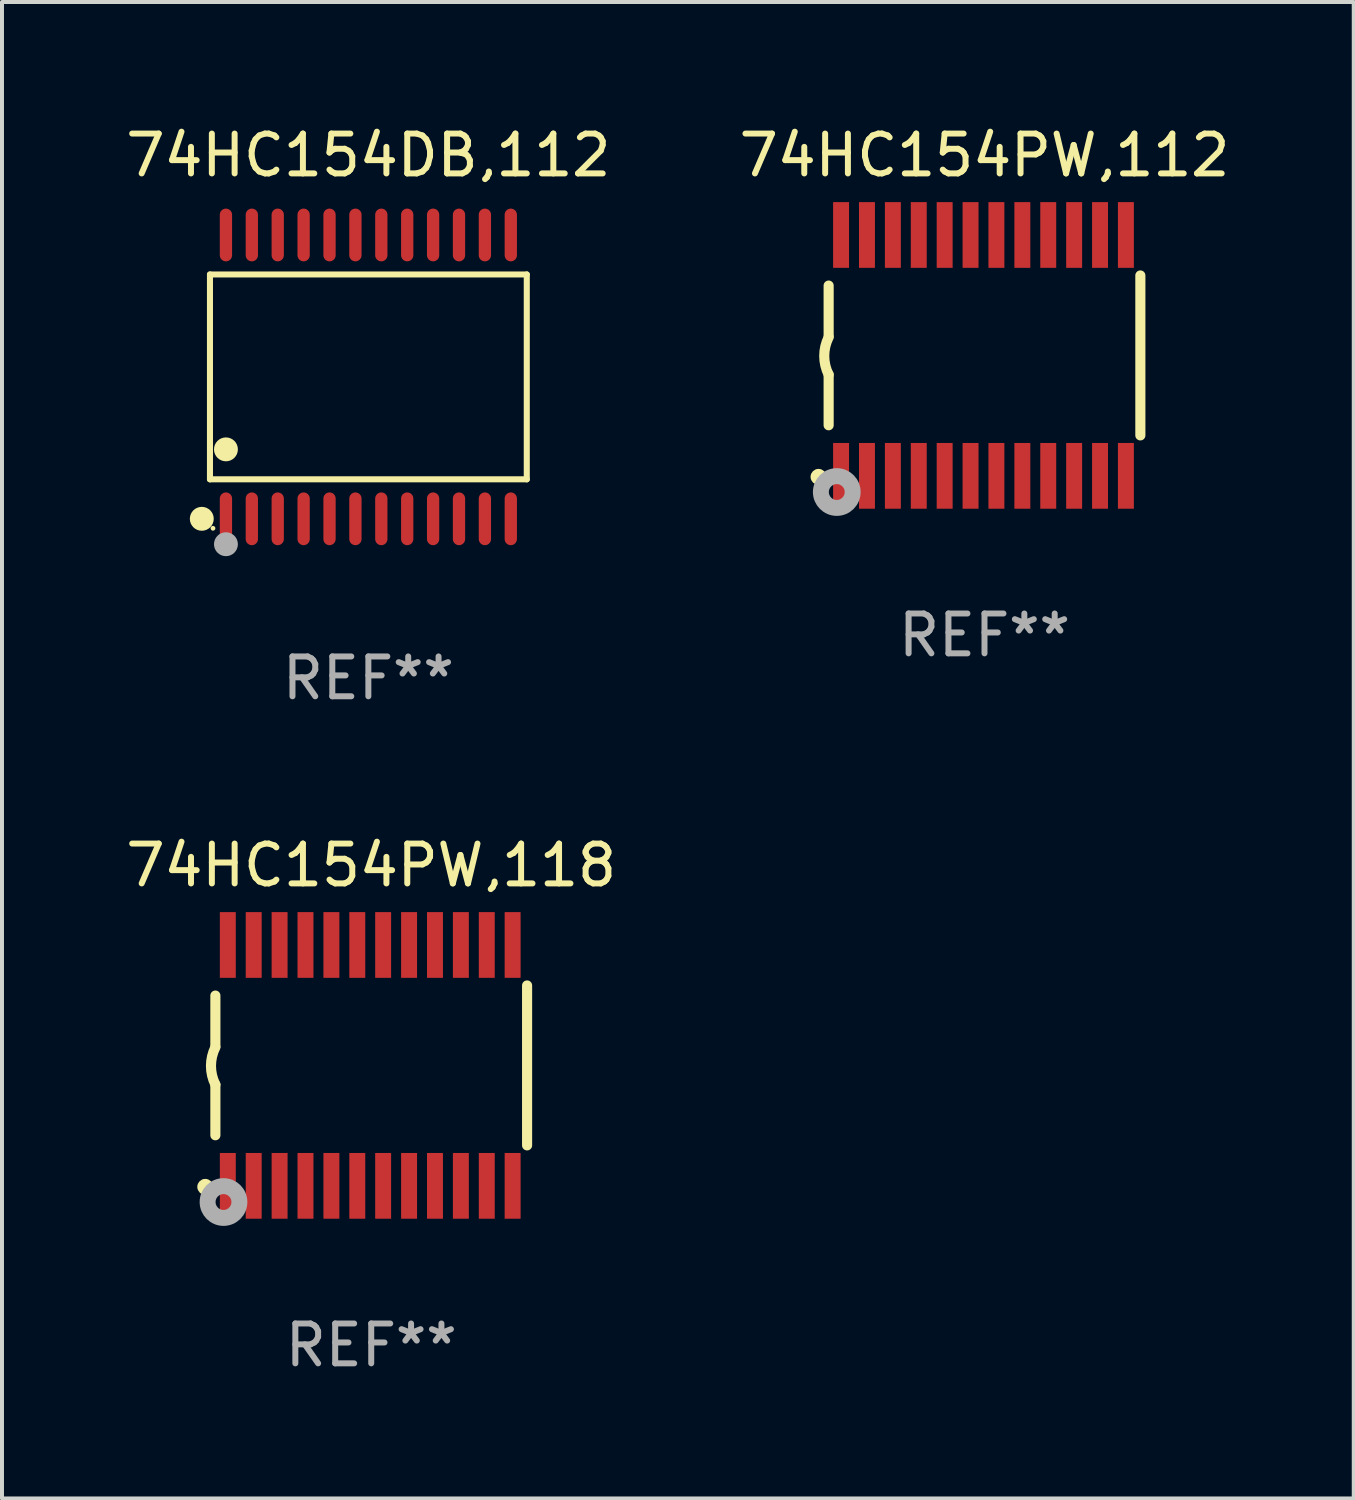
<source format=kicad_pcb>
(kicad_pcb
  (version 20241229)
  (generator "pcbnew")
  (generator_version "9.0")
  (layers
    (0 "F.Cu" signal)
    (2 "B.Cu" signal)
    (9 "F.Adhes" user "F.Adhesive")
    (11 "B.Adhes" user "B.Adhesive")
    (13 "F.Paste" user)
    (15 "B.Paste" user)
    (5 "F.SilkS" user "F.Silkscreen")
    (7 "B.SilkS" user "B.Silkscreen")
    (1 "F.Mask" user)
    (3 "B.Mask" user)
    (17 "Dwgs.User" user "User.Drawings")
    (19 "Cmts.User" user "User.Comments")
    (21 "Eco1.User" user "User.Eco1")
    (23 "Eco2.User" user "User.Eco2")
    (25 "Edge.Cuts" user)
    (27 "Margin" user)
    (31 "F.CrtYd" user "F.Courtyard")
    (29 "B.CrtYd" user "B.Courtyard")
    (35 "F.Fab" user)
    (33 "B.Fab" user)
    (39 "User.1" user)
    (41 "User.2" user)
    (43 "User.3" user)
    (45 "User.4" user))
  (footprint "74HC154DB,112"
    (layer "F.Cu")
    (at 6.196 6.41)
    (property "Reference" "74HC154DB,112" (at 0 -5.562 0) (layer "F.SilkS") (effects (font (size 1 1) (thickness 0.15))))
    (attr through_hole)
    (fp_line (start -3.976 -2.571) (end 3.976 -2.571) (stroke (width 0.152) (type solid)) (layer "F.SilkS"))
    (fp_line (start -3.976 2.571) (end -3.976 -2.571) (stroke (width 0.152) (type solid)) (layer "F.SilkS"))
    (fp_line (start 3.976 -2.571) (end 3.976 2.571) (stroke (width 0.152) (type solid)) (layer "F.SilkS"))
    (fp_line (start 3.976 2.571) (end -3.976 2.571) (stroke (width 0.152) (type solid)) (layer "F.SilkS"))
    (fp_circle (center -4.181 3.562) (end -4.031 3.562) (stroke (width 0.3) (type solid)) (fill no) (layer "F.SilkS"))
    (fp_circle (center -3.9 3.8) (end -3.87 3.8) (stroke (width 0.06) (type solid)) (fill no) (layer "F.SilkS"))
    (fp_circle (center -3.575 1.819) (end -3.425 1.819) (stroke (width 0.3) (type solid)) (fill no) (layer "F.SilkS"))
    (fp_circle (center -3.575 4.2) (end -3.425 4.2) (stroke (width 0.3) (type solid)) (fill no) (layer "F.Fab"))
    (fp_text user "REF**" (at 0 7.562 0) (layer "F.Fab") (effects (font (size 1 1) (thickness 0.15))))
    (pad "1" smd oval (at -3.575 3.562) (size 0.308 1.324) (layers "F.Cu" "F.Mask" "F.Paste"))
    (pad "2" smd oval (at -2.925 3.562) (size 0.308 1.324) (layers "F.Cu" "F.Mask" "F.Paste"))
    (pad "3" smd oval (at -2.275 3.562) (size 0.308 1.324) (layers "F.Cu" "F.Mask" "F.Paste"))
    (pad "4" smd oval (at -1.625 3.562) (size 0.308 1.324) (layers "F.Cu" "F.Mask" "F.Paste"))
    (pad "5" smd oval (at -0.975 3.562) (size 0.308 1.324) (layers "F.Cu" "F.Mask" "F.Paste"))
    (pad "6" smd oval (at -0.325 3.562) (size 0.308 1.324) (layers "F.Cu" "F.Mask" "F.Paste"))
    (pad "7" smd oval (at 0.325 3.562) (size 0.308 1.324) (layers "F.Cu" "F.Mask" "F.Paste"))
    (pad "8" smd oval (at 0.975 3.562) (size 0.308 1.324) (layers "F.Cu" "F.Mask" "F.Paste"))
    (pad "9" smd oval (at 1.625 3.562) (size 0.308 1.324) (layers "F.Cu" "F.Mask" "F.Paste"))
    (pad "10" smd oval (at 2.275 3.562) (size 0.308 1.324) (layers "F.Cu" "F.Mask" "F.Paste"))
    (pad "11" smd oval (at 2.925 3.562) (size 0.308 1.324) (layers "F.Cu" "F.Mask" "F.Paste"))
    (pad "12" smd oval (at 3.575 3.562) (size 0.308 1.324) (layers "F.Cu" "F.Mask" "F.Paste"))
    (pad "13" smd oval (at 3.575 -3.562) (size 0.308 1.324) (layers "F.Cu" "F.Mask" "F.Paste"))
    (pad "14" smd oval (at 2.925 -3.562) (size 0.308 1.324) (layers "F.Cu" "F.Mask" "F.Paste"))
    (pad "15" smd oval (at 2.275 -3.562) (size 0.308 1.324) (layers "F.Cu" "F.Mask" "F.Paste"))
    (pad "16" smd oval (at 1.625 -3.562) (size 0.308 1.324) (layers "F.Cu" "F.Mask" "F.Paste"))
    (pad "17" smd oval (at 0.975 -3.562) (size 0.308 1.324) (layers "F.Cu" "F.Mask" "F.Paste"))
    (pad "18" smd oval (at 0.325 -3.562) (size 0.308 1.324) (layers "F.Cu" "F.Mask" "F.Paste"))
    (pad "19" smd oval (at -0.325 -3.562) (size 0.308 1.324) (layers "F.Cu" "F.Mask" "F.Paste"))
    (pad "20" smd oval (at -0.975 -3.562) (size 0.308 1.324) (layers "F.Cu" "F.Mask" "F.Paste"))
    (pad "21" smd oval (at -1.625 -3.562) (size 0.308 1.324) (layers "F.Cu" "F.Mask" "F.Paste"))
    (pad "22" smd oval (at -2.275 -3.562) (size 0.308 1.324) (layers "F.Cu" "F.Mask" "F.Paste"))
    (pad "23" smd oval (at -2.925 -3.562) (size 0.308 1.324) (layers "F.Cu" "F.Mask" "F.Paste"))
    (pad "24" smd oval (at -3.575 -3.562) (size 0.308 1.324) (layers "F.Cu" "F.Mask" "F.Paste")))
  (footprint "74HC154PW,118"
    (layer "F.Cu")
    (at 6.268 23.692)
    (property "Reference" "74HC154PW,118" (at 0 -5.023 0) (layer "F.SilkS") (effects (font (size 1 1) (thickness 0.15))))
    (attr through_hole)
    (fp_line (start -3.912 -0.483) (end -3.912 -1.753) (stroke (width 0.254) (type solid)) (layer "F.SilkS"))
    (fp_line (start -3.912 1.753) (end -3.912 0.483) (stroke (width 0.254) (type solid)) (layer "F.SilkS"))
    (fp_line (start 3.912 -2.007) (end 3.912 2.007) (stroke (width 0.254) (type solid)) (layer "F.SilkS"))
    (fp_arc (start -3.911608 0.482601) (mid -4.022537 0.0127) (end -3.911608 -0.457201) (stroke (width 0.254001) (type solid)) (layer "F.SilkS"))
    (fp_circle (center -4.166 3.048) (end -4.066 3.048) (stroke (width 0.2) (type solid)) (fill no) (layer "F.SilkS"))
    (fp_circle (center -3.925 3.186) (end -3.895 3.186) (stroke (width 0.06) (type solid)) (fill no) (layer "F.SilkS"))
    (fp_circle (center -3.708 3.429) (end -3.509 3.429) (stroke (width 0.4) (type solid)) (fill no) (layer "F.Fab"))
    (fp_text user "REF**" (at 0 7.023 0) (layer "F.Fab") (effects (font (size 1 1) (thickness 0.15))))
    (pad "1" smd rect (at -3.6 3.023) (size 0.4 1.65) (layers "F.Cu" "F.Mask" "F.Paste"))
    (pad "2" smd rect (at -2.95 3.023) (size 0.4 1.65) (layers "F.Cu" "F.Mask" "F.Paste"))
    (pad "3" smd rect (at -2.3 3.023) (size 0.4 1.65) (layers "F.Cu" "F.Mask" "F.Paste"))
    (pad "4" smd rect (at -1.65 3.023) (size 0.4 1.65) (layers "F.Cu" "F.Mask" "F.Paste"))
    (pad "5" smd rect (at -1 3.023) (size 0.4 1.65) (layers "F.Cu" "F.Mask" "F.Paste"))
    (pad "6" smd rect (at -0.35 3.023) (size 0.4 1.65) (layers "F.Cu" "F.Mask" "F.Paste"))
    (pad "7" smd rect (at 0.299 3.023) (size 0.4 1.65) (layers "F.Cu" "F.Mask" "F.Paste"))
    (pad "8" smd rect (at 0.95 3.023) (size 0.4 1.65) (layers "F.Cu" "F.Mask" "F.Paste"))
    (pad "9" smd rect (at 1.6 3.023) (size 0.4 1.65) (layers "F.Cu" "F.Mask" "F.Paste"))
    (pad "10" smd rect (at 2.25 3.023) (size 0.4 1.65) (layers "F.Cu" "F.Mask" "F.Paste"))
    (pad "11" smd rect (at 2.9 3.023) (size 0.4 1.65) (layers "F.Cu" "F.Mask" "F.Paste"))
    (pad "12" smd rect (at 3.549 3.023) (size 0.4 1.65) (layers "F.Cu" "F.Mask" "F.Paste"))
    (pad "13" smd rect (at 3.549 -3.023) (size 0.4 1.65) (layers "F.Cu" "F.Mask" "F.Paste"))
    (pad "14" smd rect (at 2.9 -3.023) (size 0.4 1.65) (layers "F.Cu" "F.Mask" "F.Paste"))
    (pad "15" smd rect (at 2.25 -3.023) (size 0.4 1.65) (layers "F.Cu" "F.Mask" "F.Paste"))
    (pad "16" smd rect (at 1.6 -3.023) (size 0.4 1.65) (layers "F.Cu" "F.Mask" "F.Paste"))
    (pad "17" smd rect (at 0.95 -3.023) (size 0.4 1.65) (layers "F.Cu" "F.Mask" "F.Paste"))
    (pad "18" smd rect (at 0.299 -3.023) (size 0.4 1.65) (layers "F.Cu" "F.Mask" "F.Paste"))
    (pad "19" smd rect (at -0.35 -3.023) (size 0.4 1.65) (layers "F.Cu" "F.Mask" "F.Paste"))
    (pad "20" smd rect (at -1 -3.023) (size 0.4 1.65) (layers "F.Cu" "F.Mask" "F.Paste"))
    (pad "21" smd rect (at -1.65 -3.023) (size 0.4 1.65) (layers "F.Cu" "F.Mask" "F.Paste"))
    (pad "22" smd rect (at -2.3 -3.023) (size 0.4 1.65) (layers "F.Cu" "F.Mask" "F.Paste"))
    (pad "23" smd rect (at -2.95 -3.023) (size 0.4 1.65) (layers "F.Cu" "F.Mask" "F.Paste"))
    (pad "24" smd rect (at -3.6 -3.023) (size 0.4 1.65) (layers "F.Cu" "F.Mask" "F.Paste")))
  (footprint "74HC154PW,112"
    (layer "F.Cu")
    (at 21.661 5.871)
    (property "Reference" "74HC154PW,112" (at 0 -5.023 0) (layer "F.SilkS") (effects (font (size 1 1) (thickness 0.15))))
    (attr through_hole)
    (fp_line (start -3.912 -0.483) (end -3.912 -1.753) (stroke (width 0.254) (type solid)) (layer "F.SilkS"))
    (fp_line (start -3.912 1.753) (end -3.912 0.483) (stroke (width 0.254) (type solid)) (layer "F.SilkS"))
    (fp_line (start 3.912 -2.007) (end 3.912 2.007) (stroke (width 0.254) (type solid)) (layer "F.SilkS"))
    (fp_arc (start -3.911608 0.482601) (mid -4.022537 0.0127) (end -3.911608 -0.457201) (stroke (width 0.254001) (type solid)) (layer "F.SilkS"))
    (fp_circle (center -4.166 3.048) (end -4.066 3.048) (stroke (width 0.2) (type solid)) (fill no) (layer "F.SilkS"))
    (fp_circle (center -3.925 3.186) (end -3.895 3.186) (stroke (width 0.06) (type solid)) (fill no) (layer "F.SilkS"))
    (fp_circle (center -3.708 3.429) (end -3.509 3.429) (stroke (width 0.4) (type solid)) (fill no) (layer "F.Fab"))
    (fp_text user "REF**" (at 0 7.023 0) (layer "F.Fab") (effects (font (size 1 1) (thickness 0.15))))
    (pad "1" smd rect (at -3.6 3.023) (size 0.4 1.65) (layers "F.Cu" "F.Mask" "F.Paste"))
    (pad "2" smd rect (at -2.95 3.023) (size 0.4 1.65) (layers "F.Cu" "F.Mask" "F.Paste"))
    (pad "3" smd rect (at -2.3 3.023) (size 0.4 1.65) (layers "F.Cu" "F.Mask" "F.Paste"))
    (pad "4" smd rect (at -1.65 3.023) (size 0.4 1.65) (layers "F.Cu" "F.Mask" "F.Paste"))
    (pad "5" smd rect (at -1 3.023) (size 0.4 1.65) (layers "F.Cu" "F.Mask" "F.Paste"))
    (pad "6" smd rect (at -0.35 3.023) (size 0.4 1.65) (layers "F.Cu" "F.Mask" "F.Paste"))
    (pad "7" smd rect (at 0.299 3.023) (size 0.4 1.65) (layers "F.Cu" "F.Mask" "F.Paste"))
    (pad "8" smd rect (at 0.95 3.023) (size 0.4 1.65) (layers "F.Cu" "F.Mask" "F.Paste"))
    (pad "9" smd rect (at 1.6 3.023) (size 0.4 1.65) (layers "F.Cu" "F.Mask" "F.Paste"))
    (pad "10" smd rect (at 2.25 3.023) (size 0.4 1.65) (layers "F.Cu" "F.Mask" "F.Paste"))
    (pad "11" smd rect (at 2.9 3.023) (size 0.4 1.65) (layers "F.Cu" "F.Mask" "F.Paste"))
    (pad "12" smd rect (at 3.549 3.023) (size 0.4 1.65) (layers "F.Cu" "F.Mask" "F.Paste"))
    (pad "13" smd rect (at 3.549 -3.023) (size 0.4 1.65) (layers "F.Cu" "F.Mask" "F.Paste"))
    (pad "14" smd rect (at 2.9 -3.023) (size 0.4 1.65) (layers "F.Cu" "F.Mask" "F.Paste"))
    (pad "15" smd rect (at 2.25 -3.023) (size 0.4 1.65) (layers "F.Cu" "F.Mask" "F.Paste"))
    (pad "16" smd rect (at 1.6 -3.023) (size 0.4 1.65) (layers "F.Cu" "F.Mask" "F.Paste"))
    (pad "17" smd rect (at 0.95 -3.023) (size 0.4 1.65) (layers "F.Cu" "F.Mask" "F.Paste"))
    (pad "18" smd rect (at 0.299 -3.023) (size 0.4 1.65) (layers "F.Cu" "F.Mask" "F.Paste"))
    (pad "19" smd rect (at -0.35 -3.023) (size 0.4 1.65) (layers "F.Cu" "F.Mask" "F.Paste"))
    (pad "20" smd rect (at -1 -3.023) (size 0.4 1.65) (layers "F.Cu" "F.Mask" "F.Paste"))
    (pad "21" smd rect (at -1.65 -3.023) (size 0.4 1.65) (layers "F.Cu" "F.Mask" "F.Paste"))
    (pad "22" smd rect (at -2.3 -3.023) (size 0.4 1.65) (layers "F.Cu" "F.Mask" "F.Paste"))
    (pad "23" smd rect (at -2.95 -3.023) (size 0.4 1.65) (layers "F.Cu" "F.Mask" "F.Paste"))
    (pad "24" smd rect (at -3.6 -3.023) (size 0.4 1.65) (layers "F.Cu" "F.Mask" "F.Paste")))
  (gr_rect
    (start -3 -3)
    (end 30.929 34.562)
    (stroke (width 0.1) (type default))
    (fill no)
    (layer "Edge.Cuts")))
</source>
